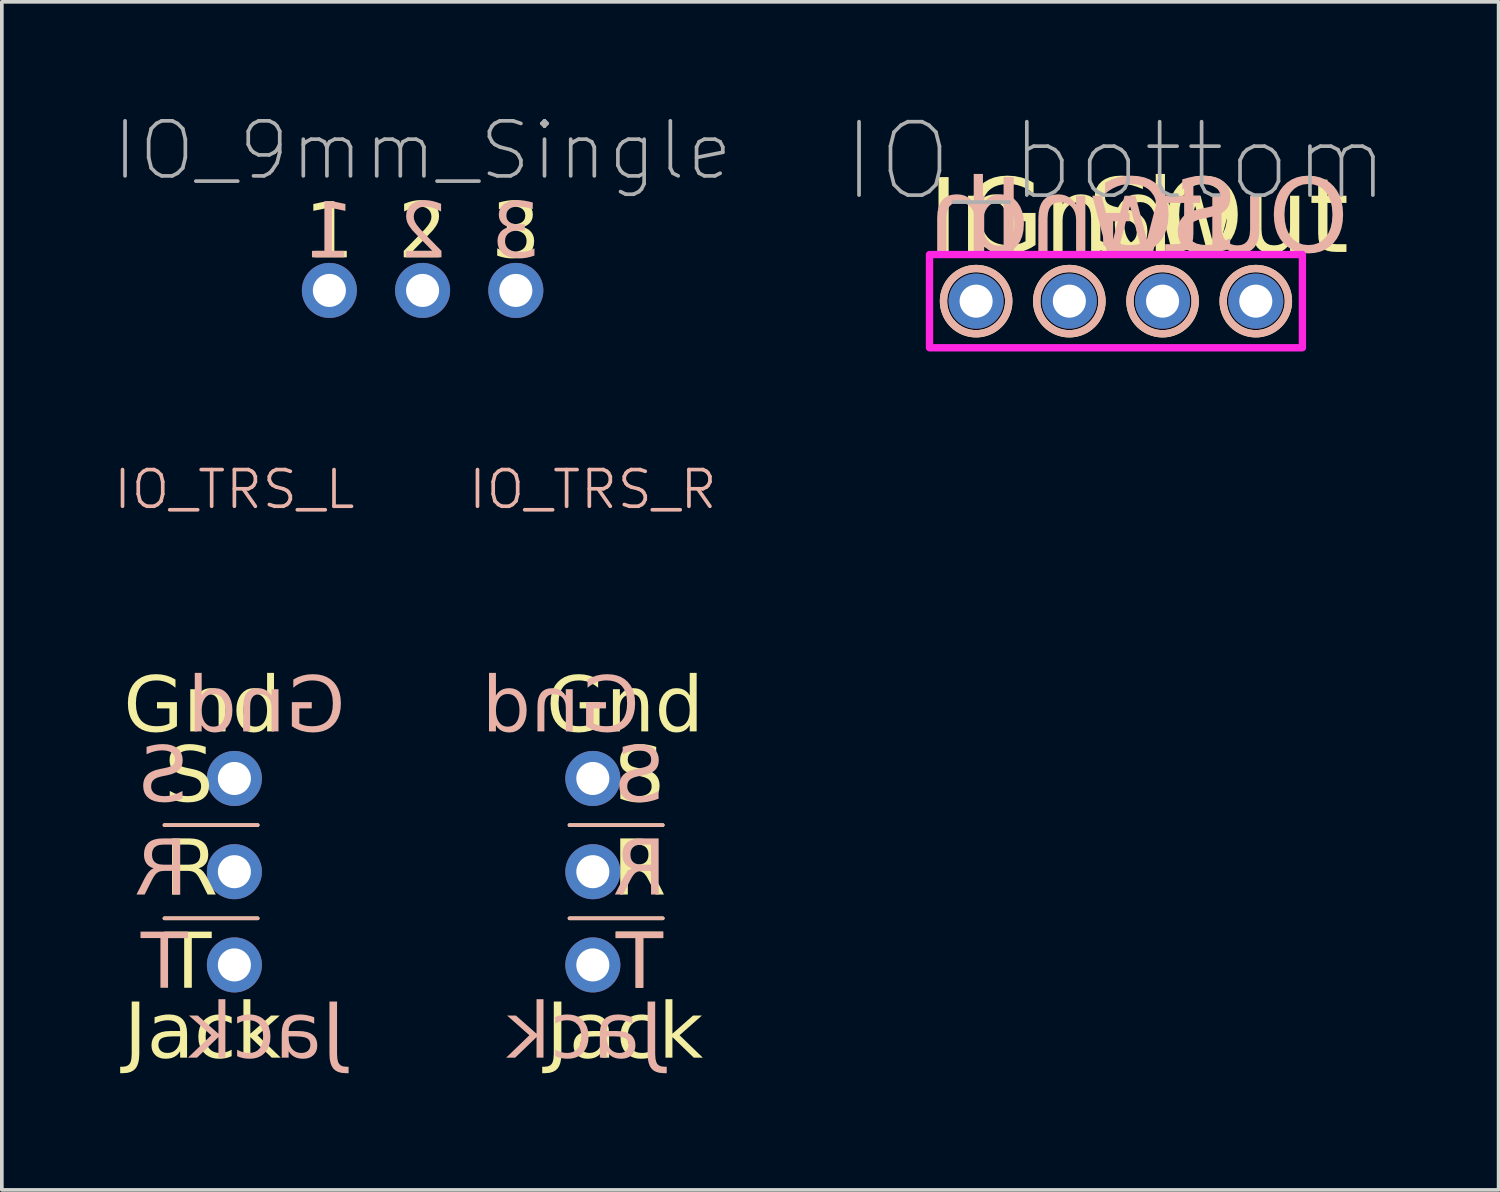
<source format=kicad_pcb>
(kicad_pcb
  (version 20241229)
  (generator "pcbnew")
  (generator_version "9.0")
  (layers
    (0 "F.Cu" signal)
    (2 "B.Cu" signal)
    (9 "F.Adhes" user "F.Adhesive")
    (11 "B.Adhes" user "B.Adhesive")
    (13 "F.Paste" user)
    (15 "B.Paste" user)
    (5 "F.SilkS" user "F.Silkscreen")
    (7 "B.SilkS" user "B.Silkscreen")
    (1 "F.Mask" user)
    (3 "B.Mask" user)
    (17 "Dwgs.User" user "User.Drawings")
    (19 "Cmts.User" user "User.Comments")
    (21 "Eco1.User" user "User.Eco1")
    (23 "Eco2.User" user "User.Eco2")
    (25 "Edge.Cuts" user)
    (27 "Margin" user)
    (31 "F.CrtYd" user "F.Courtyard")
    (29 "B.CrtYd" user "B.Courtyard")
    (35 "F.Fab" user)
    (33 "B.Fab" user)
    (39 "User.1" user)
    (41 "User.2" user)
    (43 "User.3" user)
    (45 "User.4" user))
  (footprint "IO_9mm_Single"
    (layer "F.Cu")
    (at 8.464 4.863)
    (property "Reference" "IO_9mm_Single" (at 0 -3.81 0) (unlocked yes) (layer "F.Fab") (effects (font (size 1.5 1.5) (thickness 0.1))))
    (attr through_hole)
    (fp_text user "2" (at 0 -1.524 0) (unlocked yes) (layer "F.SilkS") (effects (font (face "Milk Run") (size 1.5 1.5) (thickness 0.15))))
    (fp_text user "3" (at 2.54 -1.524 0) (unlocked yes) (layer "F.SilkS") (effects (font (face "Milk Run") (size 1.5 1.5) (thickness 0.15))))
    (fp_text user "1" (at -2.54 -1.524 0) (unlocked yes) (layer "F.SilkS") (effects (font (face "Milk Run") (size 1.5 1.5) (thickness 0.15))))
    (fp_text user "2" (at 0 -1.524 0) (unlocked yes) (layer "B.SilkS") (effects (font (face "Milk Run") (size 1.5 1.5) (thickness 0.15)) (justify mirror)))
    (fp_text user "1" (at -2.54 -1.524 0) (unlocked yes) (layer "B.SilkS") (effects (font (face "Milk Run") (size 1.5 1.5) (thickness 0.15)) (justify mirror)))
    (fp_text user "3" (at 2.54 -1.524 0) (unlocked yes) (layer "B.SilkS") (effects (font (face "Milk Run") (size 1.5 1.5) (thickness 0.15)) (justify mirror)))
    (pad "1" thru_hole circle (at -2.54 0) (size 1.5 1.5) (drill 0.9) (layers "*.Cu" "*.Mask"))
    (pad "2" thru_hole circle (at 0 0) (size 1.5 1.5) (drill 0.9) (layers "*.Cu" "*.Mask"))
    (pad "3" thru_hole circle (at 2.54 0) (size 1.5 1.5) (drill 0.9) (layers "*.Cu" "*.Mask")))
  (footprint "IO_bottom"
    (layer "F.Cu")
    (at 27.355 5.155)
    (property "Reference" "IO_bottom" (at 0 -3.81 0) (unlocked yes) (layer "F.Fab") (effects (font (size 2 2) (thickness 0.1))))
    (attr through_hole)
    (fp_circle (center -3.81 0) (end -2.921 0) (stroke (width 0.2) (type default)) (fill no) (layer "F.SilkS"))
    (fp_circle (center -1.27 0) (end -0.381 0) (stroke (width 0.2) (type default)) (fill no) (layer "F.SilkS"))
    (fp_circle (center 1.27 0) (end 2.159 0) (stroke (width 0.2) (type default)) (fill no) (layer "F.SilkS"))
    (fp_circle (center 3.81 0) (end 2.921 0) (stroke (width 0.2) (type default)) (fill no) (layer "F.SilkS"))
    (fp_circle (center -3.81 0) (end -4.699 0) (stroke (width 0.2) (type default)) (fill no) (layer "B.SilkS"))
    (fp_circle (center -1.27 0) (end -2.159 0) (stroke (width 0.2) (type default)) (fill no) (layer "B.SilkS"))
    (fp_circle (center 1.27 0) (end 0.381 0) (stroke (width 0.2) (type default)) (fill no) (layer "B.SilkS"))
    (fp_circle (center 3.81 0) (end 2.921 0) (stroke (width 0.2) (type default)) (fill no) (layer "B.SilkS"))
    (fp_rect (start -5.08 -1.27) (end 5.08 1.27) (stroke (width 0.2) (type default)) (fill no) (layer "F.CrtYd"))
    (fp_text user "In" (at -3.81 -1 0) (layer "F.SilkS") (effects (font (face "Milk Run") (size 2 2) (thickness 0.15)) (justify bottom)))
    (fp_text user "Out" (at 3.81 -1 0) (layer "F.SilkS") (effects (font (face "Milk Run") (size 2 2) (thickness 0.15)) (justify bottom)))
    (fp_text user "Sw" (at 1.27 -1 0) (layer "F.SilkS") (effects (font (face "Milk Run") (size 2 2) (thickness 0.15)) (justify bottom)))
    (fp_text user "Gnd" (at -1.27 -1 0) (layer "F.SilkS") (effects (font (face "Milk Run") (size 2 2) (thickness 0.15)) (justify bottom)))
    (fp_text user "Out" (at 3.81 -1 0) (layer "B.SilkS") (effects (font (face "Milk Run") (size 2 2) (thickness 0.15)) (justify bottom mirror)))
    (fp_text user "Gnd" (at -1.27 -1 0) (layer "B.SilkS") (effects (font (face "Milk Run") (size 2 2) (thickness 0.15)) (justify bottom mirror)))
    (fp_text user "Sw" (at 1.27 -1 0) (layer "B.SilkS") (effects (font (face "Milk Run") (size 2 2) (thickness 0.15)) (justify bottom mirror)))
    (fp_text user "In" (at -3.81 -1 0) (layer "B.SilkS") (effects (font (face "Milk Run") (size 2 2) (thickness 0.15)) (justify bottom mirror)))
    (pad "1" thru_hole circle (at -3.81 0) (size 1.5 1.5) (drill 0.9) (layers "*.Cu" "*.Mask"))
    (pad "2" thru_hole circle (at -1.27 0) (size 1.5 1.5) (drill 0.9) (layers "*.Cu" "*.Mask"))
    (pad "3" thru_hole circle (at 1.27 0) (size 1.5 1.5) (drill 0.9) (layers "*.Cu" "*.Mask"))
    (pad "4" thru_hole circle (at 3.81 0) (size 1.5 1.5) (drill 0.9) (layers "*.Cu" "*.Mask")))
  (footprint "IO_TRS_L"
    (layer "F.Cu")
    (at 3.336 20.7)
    (property "Reference" "IO_TRS_L" (at 0 -10.414 0) (unlocked yes) (layer "B.SilkS") (effects (font (size 1 1) (thickness 0.1))))
    (attr through_hole)
    (fp_line (start -1.905 -1.27) (end 0.635 -1.27) (stroke (width 0.1) (type default)) (layer "F.SilkS"))
    (fp_line (start 0.635 1.27) (end -1.905 1.27) (stroke (width 0.1) (type default)) (layer "F.SilkS"))
    (fp_line (start -1.905 -1.27) (end 0.635 -1.27) (stroke (width 0.1) (type default)) (layer "B.SilkS"))
    (fp_line (start 0.635 1.27) (end -1.905 1.27) (stroke (width 0.1) (type default)) (layer "B.SilkS"))
    (fp_text user "Gnd" (at 1.27 -4.445 0) (unlocked yes) (layer "F.SilkS") (effects (font (face "Milk Run") (size 1.5 1.5) (thickness 0.1)) (justify right)))
    (fp_text user "T" (at -1.905 2.54 0) (unlocked yes) (layer "F.SilkS") (effects (font (face "Milk Run") (size 1.5 1.5) (thickness 0.1)) (justify left)))
    (fp_text user "R" (at -1.905 0 0) (unlocked yes) (layer "F.SilkS") (effects (font (face "Milk Run") (size 1.5 1.5) (thickness 0.1)) (justify left)))
    (fp_text user "Jack" (at 1.27 4.445 0) (unlocked yes) (layer "F.SilkS") (effects (font (face "Milk Run") (size 1.5 1.5) (thickness 0.1)) (justify right)))
    (fp_text user "S" (at -1.905 -2.54 0) (unlocked yes) (layer "F.SilkS") (effects (font (face "Milk Run") (size 1.5 1.5) (thickness 0.1)) (justify left)))
    (fp_text user "Gnd" (at -1.27 -4.445 0) (unlocked yes) (layer "B.SilkS") (effects (font (face "Milk Run") (size 1.5 1.5) (thickness 0.1)) (justify right mirror)))
    (fp_text user "R" (at -1.27 0 0) (unlocked yes) (layer "B.SilkS") (effects (font (face "Milk Run") (size 1.5 1.5) (thickness 0.1)) (justify left mirror)))
    (fp_text user "T" (at -1.27 2.54 0) (unlocked yes) (layer "B.SilkS") (effects (font (face "Milk Run") (size 1.5 1.5) (thickness 0.1)) (justify left mirror)))
    (fp_text user "Jack" (at -1.27 4.445 0) (unlocked yes) (layer "B.SilkS") (effects (font (face "Milk Run") (size 1.5 1.5) (thickness 0.1)) (justify right mirror)))
    (fp_text user "S" (at -1.27 -2.54 0) (unlocked yes) (layer "B.SilkS") (effects (font (face "Milk Run") (size 1.5 1.5) (thickness 0.1)) (justify left mirror)))
    (pad "1" thru_hole circle (at 0 2.54) (size 1.5 1.5) (drill 0.9) (layers "*.Cu" "*.Mask"))
    (pad "2" thru_hole circle (at 0 0) (size 1.5 1.5) (drill 0.9) (layers "*.Cu" "*.Mask"))
    (pad "3" thru_hole circle (at 0 -2.54) (size 1.5 1.5) (drill 0.9) (layers "*.Cu" "*.Mask")))
  (footprint "IO_TRS_R"
    (layer "F.Cu")
    (at 13.102 20.7)
    (property "Reference" "IO_TRS_R" (at 0 -10.414 0) (unlocked yes) (layer "B.SilkS") (effects (font (size 1 1) (thickness 0.1))))
    (attr through_hole)
    (fp_line (start -0.635 -1.27) (end 1.905 -1.27) (stroke (width 0.1) (type default)) (layer "F.SilkS"))
    (fp_line (start 1.905 1.27) (end -0.635 1.27) (stroke (width 0.1) (type default)) (layer "F.SilkS"))
    (fp_line (start -0.635 -1.27) (end 1.905 -1.27) (stroke (width 0.1) (type default)) (layer "B.SilkS"))
    (fp_line (start 1.905 1.27) (end -0.635 1.27) (stroke (width 0.1) (type default)) (layer "B.SilkS"))
    (fp_text user "T" (at 1.27 2.54 0) (unlocked yes) (layer "F.SilkS") (effects (font (face "Milk Run") (size 1.5 1.5) (thickness 0.1))))
    (fp_text user "R" (at 1.27 0 0) (unlocked yes) (layer "F.SilkS") (effects (font (face "Milk Run") (size 1.5 1.5) (thickness 0.1))))
    (fp_text user "S" (at 1.27 -2.54 0) (unlocked yes) (layer "F.SilkS") (effects (font (face "Milk Run") (size 1.5 1.5) (thickness 0.1))))
    (fp_text user "Gnd" (at -1.27 -4.445 0) (unlocked yes) (layer "F.SilkS") (effects (font (face "Milk Run") (size 1.5 1.5) (thickness 0.1)) (justify left)))
    (fp_text user "Jack" (at -1.27 4.445 0) (unlocked yes) (layer "F.SilkS") (effects (font (face "Milk Run") (size 1.5 1.5) (thickness 0.1)) (justify left)))
    (fp_text user "Jack" (at 1.905 4.445 0) (unlocked yes) (layer "B.SilkS") (effects (font (face "Milk Run") (size 1.5 1.5) (thickness 0.1)) (justify left mirror)))
    (fp_text user "R" (at 1.27 0 0) (unlocked yes) (layer "B.SilkS") (effects (font (face "Milk Run") (size 1.5 1.5) (thickness 0.1)) (justify mirror)))
    (fp_text user "T" (at 1.27 2.54 0) (unlocked yes) (layer "B.SilkS") (effects (font (face "Milk Run") (size 1.5 1.5) (thickness 0.1)) (justify mirror)))
    (fp_text user "Gnd" (at 1.27 -4.445 0) (unlocked yes) (layer "B.SilkS") (effects (font (face "Milk Run") (size 1.5 1.5) (thickness 0.1)) (justify left mirror)))
    (fp_text user "S" (at 1.27 -2.54 0) (unlocked yes) (layer "B.SilkS") (effects (font (face "Milk Run") (size 1.5 1.5) (thickness 0.1)) (justify mirror)))
    (pad "1" thru_hole circle (at 0 2.54) (size 1.5 1.5) (drill 0.9) (layers "*.Cu" "*.Mask"))
    (pad "2" thru_hole circle (at 0 0) (size 1.5 1.5) (drill 0.9) (layers "*.Cu" "*.Mask"))
    (pad "3" thru_hole circle (at 0 -2.54) (size 1.5 1.5) (drill 0.9) (layers "*.Cu" "*.Mask")))
  (gr_rect
    (start -3 -3)
    (end 37.781 29.37)
    (stroke (width 0.1) (type default))
    (fill no)
    (layer "Edge.Cuts")))
</source>
